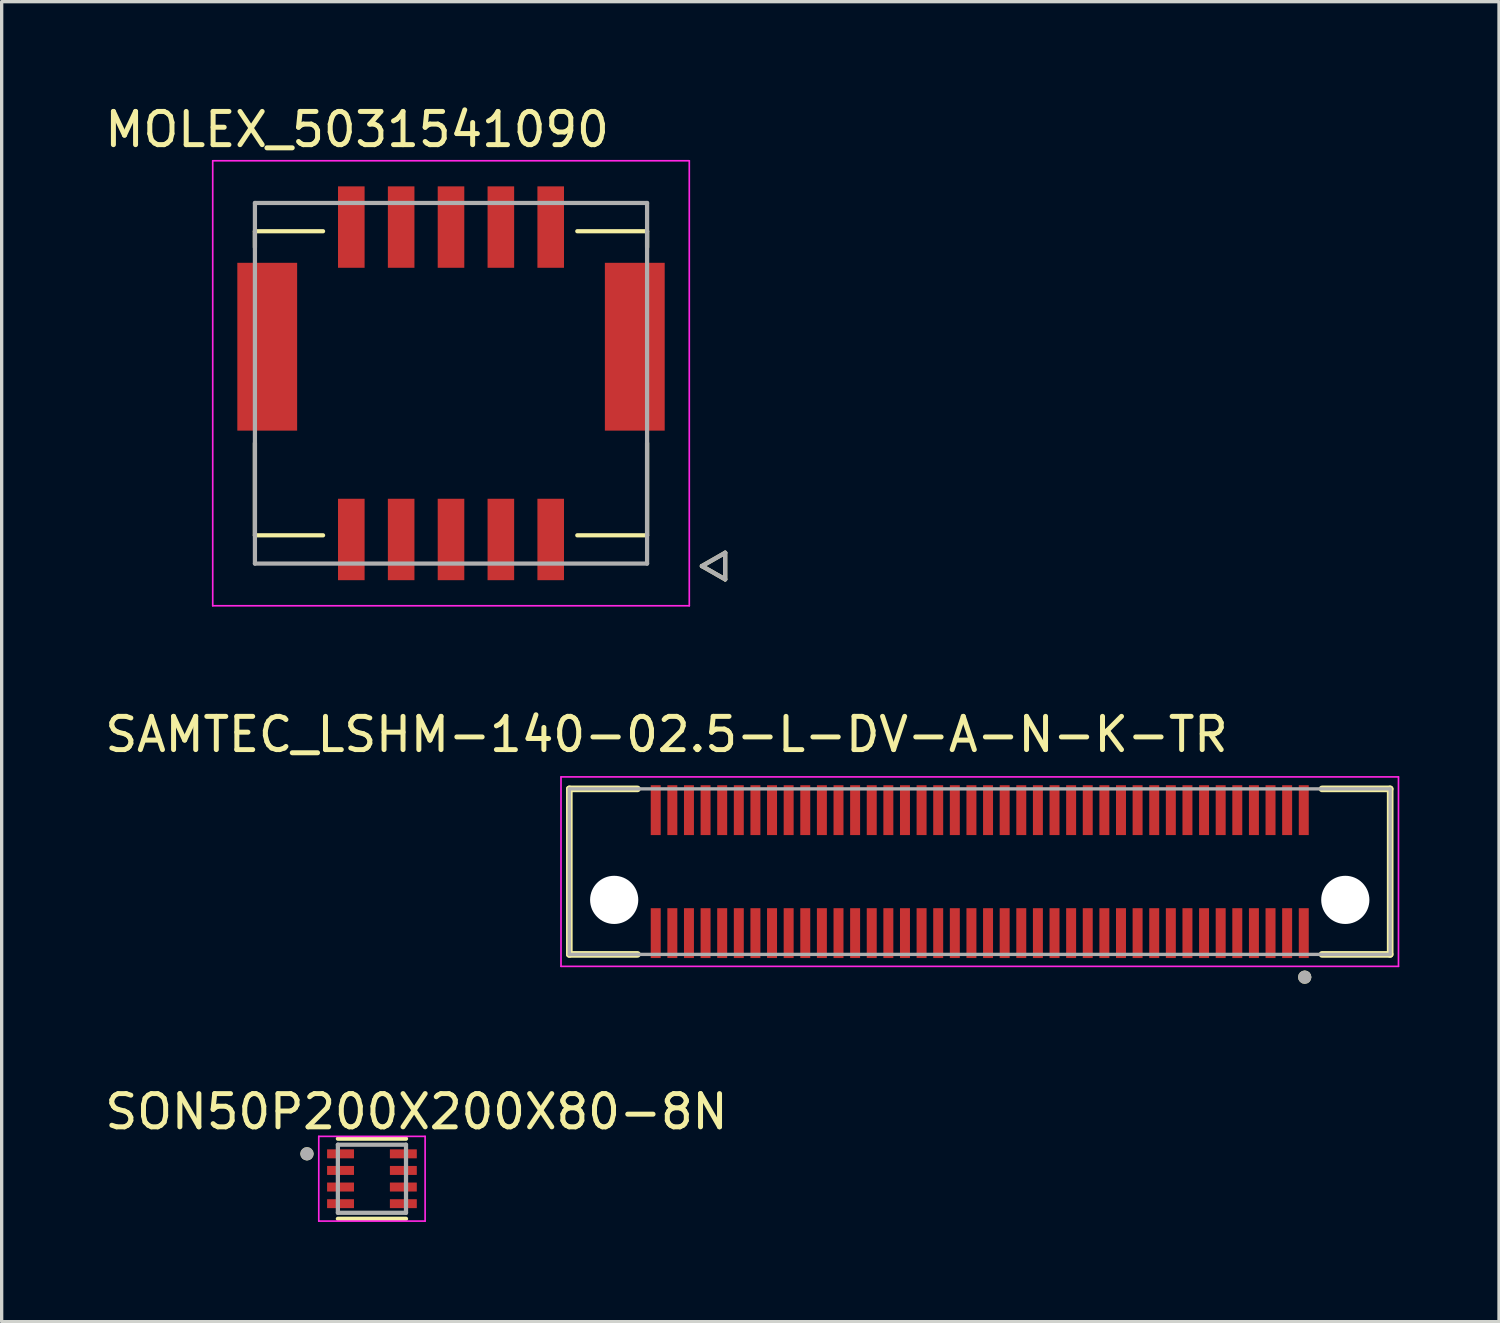
<source format=kicad_pcb>
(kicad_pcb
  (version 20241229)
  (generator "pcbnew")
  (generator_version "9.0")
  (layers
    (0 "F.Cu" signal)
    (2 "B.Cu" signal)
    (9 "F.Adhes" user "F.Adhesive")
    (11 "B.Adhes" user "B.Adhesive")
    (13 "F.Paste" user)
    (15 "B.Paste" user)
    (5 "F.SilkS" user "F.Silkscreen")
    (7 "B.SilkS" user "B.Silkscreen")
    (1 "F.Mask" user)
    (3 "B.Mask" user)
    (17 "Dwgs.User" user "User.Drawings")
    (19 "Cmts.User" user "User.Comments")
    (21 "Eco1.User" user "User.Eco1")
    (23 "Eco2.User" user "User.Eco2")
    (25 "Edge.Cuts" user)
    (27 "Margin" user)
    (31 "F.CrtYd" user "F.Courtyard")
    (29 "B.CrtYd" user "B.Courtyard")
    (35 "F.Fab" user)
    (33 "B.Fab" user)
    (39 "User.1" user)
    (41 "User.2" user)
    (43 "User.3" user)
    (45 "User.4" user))
  (footprint "SAMTEC_LSHM-140-02.5-L-DV-A-N-K-TR"
    (layer "F.Cu")
    (at 26.431 23.178)
    (property "Reference" "SAMTEC_LSHM-140-02.5-L-DV-A-N-K-TR" (at -9.425 -4.127 0) (layer "F.SilkS") (effects (font (size 1 1) (thickness 0.15))))
    (attr through_hole)
    (fp_line (start -12.35 -2.49) (end -12.35 2.49) (stroke (width 0.2) (type solid)) (layer "F.SilkS"))
    (fp_line (start -12.35 2.49) (end -10.3 2.49) (stroke (width 0.2) (type solid)) (layer "F.SilkS"))
    (fp_line (start -10.3 -2.49) (end -12.35 -2.49) (stroke (width 0.2) (type solid)) (layer "F.SilkS"))
    (fp_line (start 10.3 -2.49) (end 12.35 -2.49) (stroke (width 0.2) (type solid)) (layer "F.SilkS"))
    (fp_line (start 12.35 -2.49) (end 12.35 2.49) (stroke (width 0.2) (type solid)) (layer "F.SilkS"))
    (fp_line (start 12.35 2.49) (end 10.3 2.49) (stroke (width 0.2) (type solid)) (layer "F.SilkS"))
    (fp_circle (center 9.779 3.175) (end 9.879 3.175) (stroke (width 0.2) (type solid)) (fill no) (layer "F.SilkS"))
    (fp_line (start -12.6 -2.85) (end -12.6 2.85) (stroke (width 0.05) (type solid)) (layer "F.CrtYd"))
    (fp_line (start -12.6 2.85) (end 12.6 2.85) (stroke (width 0.05) (type solid)) (layer "F.CrtYd"))
    (fp_line (start 12.6 -2.85) (end -12.6 -2.85) (stroke (width 0.05) (type solid)) (layer "F.CrtYd"))
    (fp_line (start 12.6 2.85) (end 12.6 -2.85) (stroke (width 0.05) (type solid)) (layer "F.CrtYd"))
    (fp_line (start -12.35 -2.49) (end -12.35 2.49) (stroke (width 0.1) (type solid)) (layer "F.Fab"))
    (fp_line (start -12.35 2.49) (end 12.35 2.49) (stroke (width 0.1) (type solid)) (layer "F.Fab"))
    (fp_line (start 12.35 -2.49) (end -12.35 -2.49) (stroke (width 0.1) (type solid)) (layer "F.Fab"))
    (fp_line (start 12.35 2.49) (end 12.35 -2.49) (stroke (width 0.1) (type solid)) (layer "F.Fab"))
    (fp_circle (center 9.779 3.175) (end 9.879 3.175) (stroke (width 0.2) (type solid)) (fill no) (layer "F.Fab"))
    (pad "" np_thru_hole circle (at -11 0.85) (size 1.45 1.45) (drill 1.45) (layers "*.Cu" "*.Mask"))
    (pad "" np_thru_hole circle (at 11 0.85) (size 1.45 1.45) (drill 1.45) (layers "*.Cu" "*.Mask"))
    (pad "01" smd rect (at 9.75 1.85) (size 0.3 1.5) (layers "F.Cu" "F.Mask" "F.Paste"))
    (pad "02" smd rect (at 9.75 -1.85) (size 0.3 1.5) (layers "F.Cu" "F.Mask" "F.Paste"))
    (pad "03" smd rect (at 9.25 1.85) (size 0.3 1.5) (layers "F.Cu" "F.Mask" "F.Paste"))
    (pad "04" smd rect (at 9.25 -1.85) (size 0.3 1.5) (layers "F.Cu" "F.Mask" "F.Paste"))
    (pad "05" smd rect (at 8.75 1.85) (size 0.3 1.5) (layers "F.Cu" "F.Mask" "F.Paste"))
    (pad "06" smd rect (at 8.75 -1.85) (size 0.3 1.5) (layers "F.Cu" "F.Mask" "F.Paste"))
    (pad "07" smd rect (at 8.25 1.85) (size 0.3 1.5) (layers "F.Cu" "F.Mask" "F.Paste"))
    (pad "08" smd rect (at 8.25 -1.85) (size 0.3 1.5) (layers "F.Cu" "F.Mask" "F.Paste"))
    (pad "09" smd rect (at 7.75 1.85) (size 0.3 1.5) (layers "F.Cu" "F.Mask" "F.Paste"))
    (pad "10" smd rect (at 7.75 -1.85) (size 0.3 1.5) (layers "F.Cu" "F.Mask" "F.Paste"))
    (pad "11" smd rect (at 7.25 1.85) (size 0.3 1.5) (layers "F.Cu" "F.Mask" "F.Paste"))
    (pad "12" smd rect (at 7.25 -1.85) (size 0.3 1.5) (layers "F.Cu" "F.Mask" "F.Paste"))
    (pad "13" smd rect (at 6.75 1.85) (size 0.3 1.5) (layers "F.Cu" "F.Mask" "F.Paste"))
    (pad "14" smd rect (at 6.75 -1.85) (size 0.3 1.5) (layers "F.Cu" "F.Mask" "F.Paste"))
    (pad "15" smd rect (at 6.25 1.85) (size 0.3 1.5) (layers "F.Cu" "F.Mask" "F.Paste"))
    (pad "16" smd rect (at 6.25 -1.85) (size 0.3 1.5) (layers "F.Cu" "F.Mask" "F.Paste"))
    (pad "17" smd rect (at 5.75 1.85) (size 0.3 1.5) (layers "F.Cu" "F.Mask" "F.Paste"))
    (pad "18" smd rect (at 5.75 -1.85) (size 0.3 1.5) (layers "F.Cu" "F.Mask" "F.Paste"))
    (pad "19" smd rect (at 5.25 1.85) (size 0.3 1.5) (layers "F.Cu" "F.Mask" "F.Paste"))
    (pad "20" smd rect (at 5.25 -1.85) (size 0.3 1.5) (layers "F.Cu" "F.Mask" "F.Paste"))
    (pad "21" smd rect (at 4.75 1.85) (size 0.3 1.5) (layers "F.Cu" "F.Mask" "F.Paste"))
    (pad "22" smd rect (at 4.75 -1.85) (size 0.3 1.5) (layers "F.Cu" "F.Mask" "F.Paste"))
    (pad "23" smd rect (at 4.25 1.85) (size 0.3 1.5) (layers "F.Cu" "F.Mask" "F.Paste"))
    (pad "24" smd rect (at 4.25 -1.85) (size 0.3 1.5) (layers "F.Cu" "F.Mask" "F.Paste"))
    (pad "25" smd rect (at 3.75 1.85) (size 0.3 1.5) (layers "F.Cu" "F.Mask" "F.Paste"))
    (pad "26" smd rect (at 3.75 -1.85) (size 0.3 1.5) (layers "F.Cu" "F.Mask" "F.Paste"))
    (pad "27" smd rect (at 3.25 1.85) (size 0.3 1.5) (layers "F.Cu" "F.Mask" "F.Paste"))
    (pad "28" smd rect (at 3.25 -1.85) (size 0.3 1.5) (layers "F.Cu" "F.Mask" "F.Paste"))
    (pad "29" smd rect (at 2.75 1.85) (size 0.3 1.5) (layers "F.Cu" "F.Mask" "F.Paste"))
    (pad "30" smd rect (at 2.75 -1.85) (size 0.3 1.5) (layers "F.Cu" "F.Mask" "F.Paste"))
    (pad "31" smd rect (at 2.25 1.85) (size 0.3 1.5) (layers "F.Cu" "F.Mask" "F.Paste"))
    (pad "32" smd rect (at 2.25 -1.85) (size 0.3 1.5) (layers "F.Cu" "F.Mask" "F.Paste"))
    (pad "33" smd rect (at 1.75 1.85) (size 0.3 1.5) (layers "F.Cu" "F.Mask" "F.Paste"))
    (pad "34" smd rect (at 1.75 -1.85) (size 0.3 1.5) (layers "F.Cu" "F.Mask" "F.Paste"))
    (pad "35" smd rect (at 1.25 1.85) (size 0.3 1.5) (layers "F.Cu" "F.Mask" "F.Paste"))
    (pad "36" smd rect (at 1.25 -1.85) (size 0.3 1.5) (layers "F.Cu" "F.Mask" "F.Paste"))
    (pad "37" smd rect (at 0.75 1.85) (size 0.3 1.5) (layers "F.Cu" "F.Mask" "F.Paste"))
    (pad "38" smd rect (at 0.75 -1.85) (size 0.3 1.5) (layers "F.Cu" "F.Mask" "F.Paste"))
    (pad "39" smd rect (at 0.25 1.85) (size 0.3 1.5) (layers "F.Cu" "F.Mask" "F.Paste"))
    (pad "40" smd rect (at 0.25 -1.85) (size 0.3 1.5) (layers "F.Cu" "F.Mask" "F.Paste"))
    (pad "41" smd rect (at -0.25 1.85) (size 0.3 1.5) (layers "F.Cu" "F.Mask" "F.Paste"))
    (pad "42" smd rect (at -0.25 -1.85) (size 0.3 1.5) (layers "F.Cu" "F.Mask" "F.Paste"))
    (pad "43" smd rect (at -0.75 1.85) (size 0.3 1.5) (layers "F.Cu" "F.Mask" "F.Paste"))
    (pad "44" smd rect (at -0.75 -1.85) (size 0.3 1.5) (layers "F.Cu" "F.Mask" "F.Paste"))
    (pad "45" smd rect (at -1.25 1.85) (size 0.3 1.5) (layers "F.Cu" "F.Mask" "F.Paste"))
    (pad "46" smd rect (at -1.25 -1.85) (size 0.3 1.5) (layers "F.Cu" "F.Mask" "F.Paste"))
    (pad "47" smd rect (at -1.75 1.85) (size 0.3 1.5) (layers "F.Cu" "F.Mask" "F.Paste"))
    (pad "48" smd rect (at -1.75 -1.85) (size 0.3 1.5) (layers "F.Cu" "F.Mask" "F.Paste"))
    (pad "49" smd rect (at -2.25 1.85) (size 0.3 1.5) (layers "F.Cu" "F.Mask" "F.Paste"))
    (pad "50" smd rect (at -2.25 -1.85) (size 0.3 1.5) (layers "F.Cu" "F.Mask" "F.Paste"))
    (pad "51" smd rect (at -2.75 1.85) (size 0.3 1.5) (layers "F.Cu" "F.Mask" "F.Paste"))
    (pad "52" smd rect (at -2.75 -1.85) (size 0.3 1.5) (layers "F.Cu" "F.Mask" "F.Paste"))
    (pad "53" smd rect (at -3.25 1.85) (size 0.3 1.5) (layers "F.Cu" "F.Mask" "F.Paste"))
    (pad "54" smd rect (at -3.25 -1.85) (size 0.3 1.5) (layers "F.Cu" "F.Mask" "F.Paste"))
    (pad "55" smd rect (at -3.75 1.85) (size 0.3 1.5) (layers "F.Cu" "F.Mask" "F.Paste"))
    (pad "56" smd rect (at -3.75 -1.85) (size 0.3 1.5) (layers "F.Cu" "F.Mask" "F.Paste"))
    (pad "57" smd rect (at -4.25 1.85) (size 0.3 1.5) (layers "F.Cu" "F.Mask" "F.Paste"))
    (pad "58" smd rect (at -4.25 -1.85) (size 0.3 1.5) (layers "F.Cu" "F.Mask" "F.Paste"))
    (pad "59" smd rect (at -4.75 1.85) (size 0.3 1.5) (layers "F.Cu" "F.Mask" "F.Paste"))
    (pad "60" smd rect (at -4.75 -1.85) (size 0.3 1.5) (layers "F.Cu" "F.Mask" "F.Paste"))
    (pad "61" smd rect (at -5.25 1.85) (size 0.3 1.5) (layers "F.Cu" "F.Mask" "F.Paste"))
    (pad "62" smd rect (at -5.25 -1.85) (size 0.3 1.5) (layers "F.Cu" "F.Mask" "F.Paste"))
    (pad "63" smd rect (at -5.75 1.85) (size 0.3 1.5) (layers "F.Cu" "F.Mask" "F.Paste"))
    (pad "64" smd rect (at -5.75 -1.85) (size 0.3 1.5) (layers "F.Cu" "F.Mask" "F.Paste"))
    (pad "65" smd rect (at -6.25 1.85) (size 0.3 1.5) (layers "F.Cu" "F.Mask" "F.Paste"))
    (pad "66" smd rect (at -6.25 -1.85) (size 0.3 1.5) (layers "F.Cu" "F.Mask" "F.Paste"))
    (pad "67" smd rect (at -6.75 1.85) (size 0.3 1.5) (layers "F.Cu" "F.Mask" "F.Paste"))
    (pad "68" smd rect (at -6.75 -1.85) (size 0.3 1.5) (layers "F.Cu" "F.Mask" "F.Paste"))
    (pad "69" smd rect (at -7.25 1.85) (size 0.3 1.5) (layers "F.Cu" "F.Mask" "F.Paste"))
    (pad "70" smd rect (at -7.25 -1.85) (size 0.3 1.5) (layers "F.Cu" "F.Mask" "F.Paste"))
    (pad "71" smd rect (at -7.75 1.85) (size 0.3 1.5) (layers "F.Cu" "F.Mask" "F.Paste"))
    (pad "72" smd rect (at -7.75 -1.85) (size 0.3 1.5) (layers "F.Cu" "F.Mask" "F.Paste"))
    (pad "73" smd rect (at -8.25 1.85) (size 0.3 1.5) (layers "F.Cu" "F.Mask" "F.Paste"))
    (pad "74" smd rect (at -8.25 -1.85) (size 0.3 1.5) (layers "F.Cu" "F.Mask" "F.Paste"))
    (pad "75" smd rect (at -8.75 1.85) (size 0.3 1.5) (layers "F.Cu" "F.Mask" "F.Paste"))
    (pad "76" smd rect (at -8.75 -1.85) (size 0.3 1.5) (layers "F.Cu" "F.Mask" "F.Paste"))
    (pad "77" smd rect (at -9.25 1.85) (size 0.3 1.5) (layers "F.Cu" "F.Mask" "F.Paste"))
    (pad "78" smd rect (at -9.25 -1.85) (size 0.3 1.5) (layers "F.Cu" "F.Mask" "F.Paste"))
    (pad "79" smd rect (at -9.75 1.85) (size 0.3 1.5) (layers "F.Cu" "F.Mask" "F.Paste"))
    (pad "80" smd rect (at -9.75 -1.85) (size 0.3 1.5) (layers "F.Cu" "F.Mask" "F.Paste")))
  (footprint "SON50P200X200X80-8N"
    (layer "F.Cu")
    (at 8.142 32.419)
    (property "Reference" "SON50P200X200X80-8N" (at 1.34 -2.017 0) (layer "F.SilkS") (effects (font (size 1 1) (thickness 0.15))))
    (attr through_hole)
    (fp_line (start -1.025 -1.205) (end 1.025 -1.205) (stroke (width 0.127) (type solid)) (layer "F.SilkS"))
    (fp_line (start -1.025 1.205) (end 1.025 1.205) (stroke (width 0.127) (type solid)) (layer "F.SilkS"))
    (fp_circle (center -1.955 -0.75) (end -1.855 -0.75) (stroke (width 0.2) (type solid)) (fill no) (layer "F.SilkS"))
    (fp_line (start -1.6 -1.275) (end -1.6 1.275) (stroke (width 0.05) (type solid)) (layer "F.CrtYd"))
    (fp_line (start -1.6 -1.275) (end 1.6 -1.275) (stroke (width 0.05) (type solid)) (layer "F.CrtYd"))
    (fp_line (start -1.6 1.275) (end 1.6 1.275) (stroke (width 0.05) (type solid)) (layer "F.CrtYd"))
    (fp_line (start 1.6 -1.275) (end 1.6 1.275) (stroke (width 0.05) (type solid)) (layer "F.CrtYd"))
    (fp_line (start -1.025 -1.025) (end -1.025 1.025) (stroke (width 0.127) (type solid)) (layer "F.Fab"))
    (fp_line (start -1.025 -1.025) (end 1.025 -1.025) (stroke (width 0.127) (type solid)) (layer "F.Fab"))
    (fp_line (start -1.025 1.025) (end 1.025 1.025) (stroke (width 0.127) (type solid)) (layer "F.Fab"))
    (fp_line (start 1.025 -1.025) (end 1.025 1.025) (stroke (width 0.127) (type solid)) (layer "F.Fab"))
    (fp_circle (center -1.955 -0.75) (end -1.855 -0.75) (stroke (width 0.2) (type solid)) (fill no) (layer "F.Fab"))
    (pad "1" smd roundrect (at -0.945 -0.75) (size 0.81 0.27) (layers "F.Cu" "F.Mask" "F.Paste") (roundrect_rratio 0.03))
    (pad "2" smd roundrect (at -0.945 -0.25) (size 0.81 0.27) (layers "F.Cu" "F.Mask" "F.Paste") (roundrect_rratio 0.03))
    (pad "3" smd roundrect (at -0.945 0.25) (size 0.81 0.27) (layers "F.Cu" "F.Mask" "F.Paste") (roundrect_rratio 0.03))
    (pad "4" smd roundrect (at -0.945 0.75) (size 0.81 0.27) (layers "F.Cu" "F.Mask" "F.Paste") (roundrect_rratio 0.03))
    (pad "5" smd roundrect (at 0.945 0.75) (size 0.81 0.27) (layers "F.Cu" "F.Mask" "F.Paste") (roundrect_rratio 0.03))
    (pad "6" smd roundrect (at 0.945 0.25) (size 0.81 0.27) (layers "F.Cu" "F.Mask" "F.Paste") (roundrect_rratio 0.03))
    (pad "7" smd roundrect (at 0.945 -0.25) (size 0.81 0.27) (layers "F.Cu" "F.Mask" "F.Paste") (roundrect_rratio 0.03))
    (pad "8" smd roundrect (at 0.945 -0.75) (size 0.81 0.27) (layers "F.Cu" "F.Mask" "F.Paste") (roundrect_rratio 0.03)))
  (footprint "MOLEX_5031541090"
    (layer "F.Cu")
    (at 10.521 8.483)
    (property "Reference" "MOLEX_5031541090" (at -2.825 -7.635 0) (layer "F.SilkS") (effects (font (size 1 1) (thickness 0.15))))
    (attr through_hole)
    (fp_poly (pts (xy -6.506 -3.701) (xy -4.554 -3.701) (xy -4.554 1.501) (xy -6.506 1.501)) (stroke (width 0.01) (type solid)) (fill yes) (layer "F.Mask"))
    (fp_poly (pts (xy -3.476 -6.001) (xy -2.524 -6.001) (xy -2.524 -3.399) (xy -3.476 -3.399)) (stroke (width 0.01) (type solid)) (fill yes) (layer "F.Mask"))
    (fp_poly (pts (xy -3.476 3.399) (xy -2.524 3.399) (xy -2.524 6.001) (xy -3.476 6.001)) (stroke (width 0.01) (type solid)) (fill yes) (layer "F.Mask"))
    (fp_poly (pts (xy -1.976 -6.001) (xy -1.024 -6.001) (xy -1.024 -3.399) (xy -1.976 -3.399)) (stroke (width 0.01) (type solid)) (fill yes) (layer "F.Mask"))
    (fp_poly (pts (xy -1.976 3.399) (xy -1.024 3.399) (xy -1.024 6.001) (xy -1.976 6.001)) (stroke (width 0.01) (type solid)) (fill yes) (layer "F.Mask"))
    (fp_poly (pts (xy -0.476 -6.001) (xy 0.476 -6.001) (xy 0.476 -3.399) (xy -0.476 -3.399)) (stroke (width 0.01) (type solid)) (fill yes) (layer "F.Mask"))
    (fp_poly (pts (xy -0.476 3.399) (xy 0.476 3.399) (xy 0.476 6.001) (xy -0.476 6.001)) (stroke (width 0.01) (type solid)) (fill yes) (layer "F.Mask"))
    (fp_poly (pts (xy 1.024 -6.001) (xy 1.976 -6.001) (xy 1.976 -3.399) (xy 1.024 -3.399)) (stroke (width 0.01) (type solid)) (fill yes) (layer "F.Mask"))
    (fp_poly (pts (xy 1.024 3.399) (xy 1.976 3.399) (xy 1.976 6.001) (xy 1.024 6.001)) (stroke (width 0.01) (type solid)) (fill yes) (layer "F.Mask"))
    (fp_poly (pts (xy 2.524 -6.001) (xy 3.476 -6.001) (xy 3.476 -3.399) (xy 2.524 -3.399)) (stroke (width 0.01) (type solid)) (fill yes) (layer "F.Mask"))
    (fp_poly (pts (xy 2.524 3.399) (xy 3.476 3.399) (xy 3.476 6.001) (xy 2.524 6.001)) (stroke (width 0.01) (type solid)) (fill yes) (layer "F.Mask"))
    (fp_poly (pts (xy 4.554 -3.701) (xy 6.506 -3.701) (xy 6.506 1.501) (xy 4.554 1.501)) (stroke (width 0.01) (type solid)) (fill yes) (layer "F.Mask"))
    (fp_line (start -5.9 -4.575) (end -5.9 -4.09) (stroke (width 0.127) (type solid)) (layer "F.SilkS"))
    (fp_line (start -5.9 4.575) (end -5.9 1.8) (stroke (width 0.127) (type solid)) (layer "F.SilkS"))
    (fp_line (start -3.85 -4.575) (end -5.9 -4.575) (stroke (width 0.127) (type solid)) (layer "F.SilkS"))
    (fp_line (start -3.85 4.575) (end -5.9 4.575) (stroke (width 0.127) (type solid)) (layer "F.SilkS"))
    (fp_line (start 5.9 -4.575) (end 3.8 -4.575) (stroke (width 0.127) (type solid)) (layer "F.SilkS"))
    (fp_line (start 5.9 -4.09) (end 5.9 -4.575) (stroke (width 0.127) (type solid)) (layer "F.SilkS"))
    (fp_line (start 5.9 1.8) (end 5.9 4.575) (stroke (width 0.127) (type solid)) (layer "F.SilkS"))
    (fp_line (start 5.9 4.575) (end 3.8 4.575) (stroke (width 0.127) (type solid)) (layer "F.SilkS"))
    (fp_line (start 7.55 5.5) (end 8.25 5.9) (stroke (width 0.127) (type solid)) (layer "F.SilkS"))
    (fp_line (start 8.25 5.1) (end 7.55 5.5) (stroke (width 0.127) (type solid)) (layer "F.SilkS"))
    (fp_line (start 8.25 5.9) (end 8.25 5.1) (stroke (width 0.127) (type solid)) (layer "F.SilkS"))
    (fp_line (start -7.17 -6.695) (end 7.17 -6.695) (stroke (width 0.05) (type solid)) (layer "F.CrtYd"))
    (fp_line (start -7.17 6.695) (end -7.17 -6.695) (stroke (width 0.05) (type solid)) (layer "F.CrtYd"))
    (fp_line (start -7.17 6.695) (end 7.17 6.695) (stroke (width 0.05) (type solid)) (layer "F.CrtYd"))
    (fp_line (start 7.17 -6.695) (end 7.17 6.695) (stroke (width 0.05) (type solid)) (layer "F.CrtYd"))
    (fp_line (start -5.9 -5.425) (end 5.9 -5.425) (stroke (width 0.127) (type solid)) (layer "F.Fab"))
    (fp_line (start -5.9 5.425) (end -5.9 -5.425) (stroke (width 0.127) (type solid)) (layer "F.Fab"))
    (fp_line (start 5.9 -5.425) (end 5.9 5.425) (stroke (width 0.127) (type solid)) (layer "F.Fab"))
    (fp_line (start 5.9 5.425) (end -5.9 5.425) (stroke (width 0.127) (type solid)) (layer "F.Fab"))
    (fp_line (start 7.55 5.5) (end 8.25 5.9) (stroke (width 0.127) (type solid)) (layer "F.Fab"))
    (fp_line (start 8.25 5.1) (end 7.55 5.5) (stroke (width 0.127) (type solid)) (layer "F.Fab"))
    (fp_line (start 8.25 5.9) (end 8.25 5.1) (stroke (width 0.127) (type solid)) (layer "F.Fab"))
    (pad "1" smd rect (at 3 4.7) (size 0.8 2.45) (layers "F.Cu" "F.Paste"))
    (pad "2" smd rect (at 3 -4.7) (size 0.8 2.45) (layers "F.Cu" "F.Paste"))
    (pad "3" smd rect (at 1.5 4.7) (size 0.8 2.45) (layers "F.Cu" "F.Paste"))
    (pad "4" smd rect (at 1.5 -4.7) (size 0.8 2.45) (layers "F.Cu" "F.Paste"))
    (pad "5" smd rect (at 0 4.7) (size 0.8 2.45) (layers "F.Cu" "F.Paste"))
    (pad "6" smd rect (at 0 -4.7) (size 0.8 2.45) (layers "F.Cu" "F.Paste"))
    (pad "7" smd rect (at -1.5 4.7) (size 0.8 2.45) (layers "F.Cu" "F.Paste"))
    (pad "8" smd rect (at -1.5 -4.7) (size 0.8 2.45) (layers "F.Cu" "F.Paste"))
    (pad "9" smd rect (at -3 4.7) (size 0.8 2.45) (layers "F.Cu" "F.Paste"))
    (pad "10" smd rect (at -3 -4.7) (size 0.8 2.45) (layers "F.Cu" "F.Paste"))
    (pad "S1" smd rect (at -5.53 -1.1) (size 1.8 5.05) (layers "F.Cu" "F.Paste"))
    (pad "S2" smd rect (at 5.53 -1.1) (size 1.8 5.05) (layers "F.Cu" "F.Paste"))
    (zone (net_name "") (layer "F.Cu") (hatch full 0.508) (connect_pads) (min_thickness 0.01) (filled_areas_thickness no) (keepout (tracks not_allowed) (vias not_allowed) (pads not_allowed) (copperpour not_allowed) (footprints allowed)) (placement (enabled no)) (fill) (polygon (pts (xy 4.071 11.148) (xy 4.071 13.748) (xy 6.671 13.748) (xy 6.671 11.958) (xy 14.371 11.958) (xy 14.371 13.748) (xy 16.971 13.748) (xy 16.971 11.148) (xy 15.151 11.148) (xy 15.151 4.858) (xy 16.021 4.858) (xy 16.021 3.258) (xy 13.921 3.258) (xy 13.921 5.008) (xy 7.121 5.008) (xy 7.121 3.258) (xy 5.021 3.258) (xy 5.021 4.858) (xy 5.891 4.858) (xy 5.891 11.148))))
    (zone (net_name "") (layers "F.Cu" "B.Cu") (hatch full 0.508) (connect_pads) (min_thickness 0.01) (filled_areas_thickness no) (keepout (tracks allowed) (vias not_allowed) (pads allowed) (copperpour allowed) (footprints allowed)) (placement (enabled no)) (fill) (polygon (pts (xy 4.071 11.148) (xy 4.071 13.748) (xy 6.671 13.748) (xy 6.671 11.958) (xy 14.371 11.958) (xy 14.371 13.748) (xy 16.971 13.748) (xy 16.971 11.148) (xy 15.151 11.148) (xy 15.151 4.858) (xy 16.021 4.858) (xy 16.021 3.258) (xy 13.921 3.258) (xy 13.921 5.008) (xy 7.121 5.008) (xy 7.121 3.258) (xy 5.021 3.258) (xy 5.021 4.858) (xy 5.891 4.858) (xy 5.891 11.148)))))
  (gr_rect
    (start -3 -3)
    (end 42.056 36.719)
    (stroke (width 0.1) (type default))
    (fill no)
    (layer "Edge.Cuts")))
</source>
